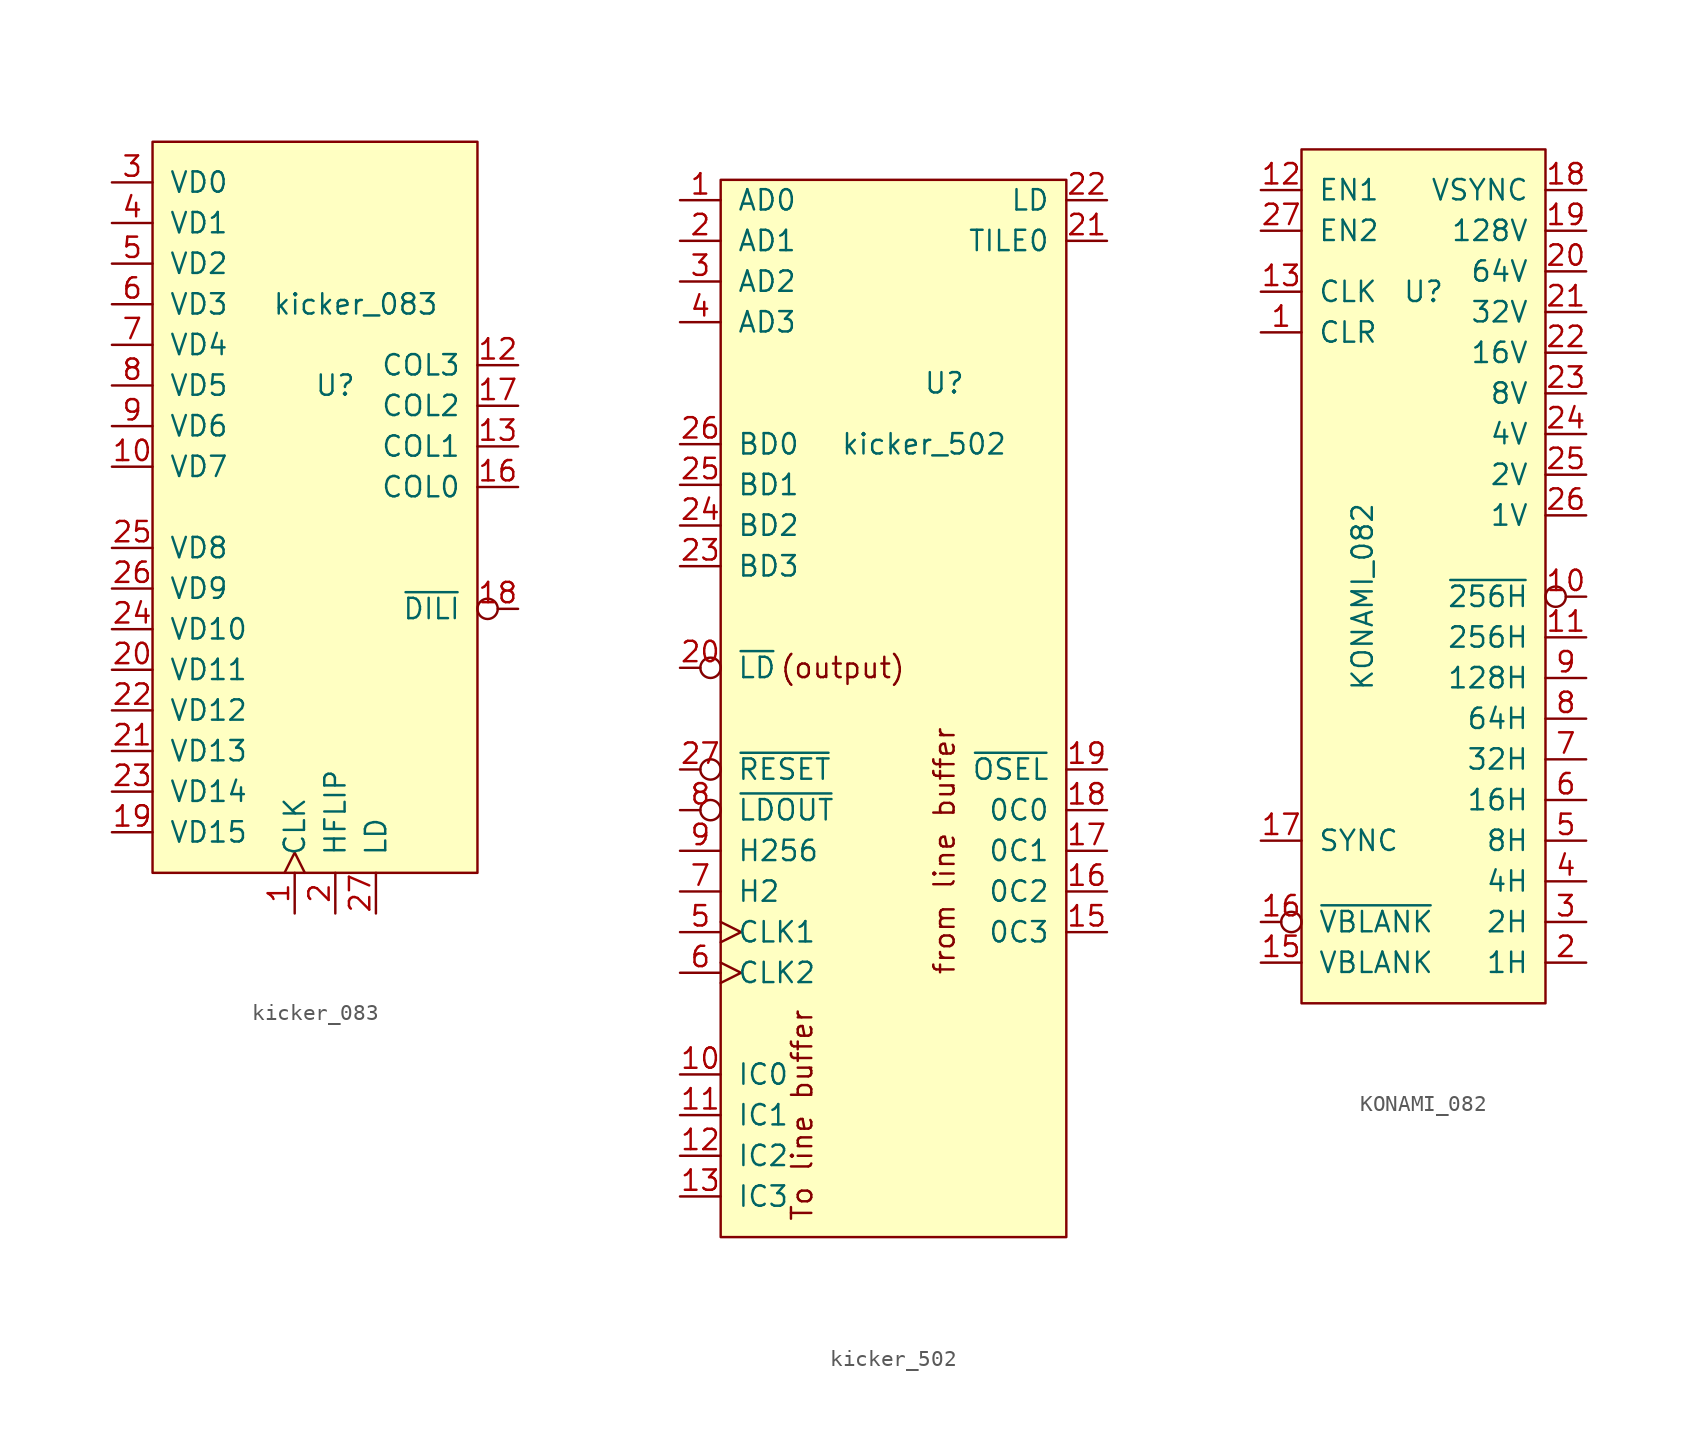
<source format=kicad_sym>
(kicad_symbol_lib
  (version 20231120)
  (generator "kicad_symbol_editor")
  (generator_version "8.0")
  (symbol "kicker_083"
    (pin_names
      (offset 1.016))
    (property "Reference" "U"
      (at 0 0 0)
      (effects (font (size 1.27 1.27))))
    (property "Value" "kicker_083"
      (at 1.27 5.08 0)
      (effects (font (size 1.27 1.27))))
    (symbol "kicker_083_0_1"
      (rectangle (start -11.43 15.24) (end 8.89 -30.48) (stroke (width 0) (type default)) (fill (type background))))
    (symbol "kicker_083_1_1"
      (pin input clock (at -2.54 -33.02 90) (length 2.54) (name "CLK" (effects (font (size 1.27 1.27)))) (number "1" (effects (font (size 1.27 1.27)))))
      (pin input line (at -13.97 -5.08 0) (length 2.54) (name "VD7" (effects (font (size 1.27 1.27)))) (number "10" (effects (font (size 1.27 1.27)))))
      (pin no_connect line (at -13.97 -7.62 0) (length 2.54) hide (name "NC" (effects (font (size 1.27 1.27)))) (number "11" (effects (font (size 1.27 1.27)))))
      (pin output line (at 11.43 1.27 180) (length 2.54) (name "COL3" (effects (font (size 1.27 1.27)))) (number "12" (effects (font (size 1.27 1.27)))))
      (pin output line (at 11.43 -3.81 180) (length 2.54) (name "COL1" (effects (font (size 1.27 1.27)))) (number "13" (effects (font (size 1.27 1.27)))))
      (pin power_in line (at 5.08 -33.02 90) (length 2.54) hide (name "VSS" (effects (font (size 1.27 1.27)))) (number "14" (effects (font (size 1.27 1.27)))))
      (pin no_connect line (at 7.62 15.24 270) (length 2.54) hide (name "NC" (effects (font (size 1.27 1.27)))) (number "15" (effects (font (size 1.27 1.27)))))
      (pin output line (at 11.43 -6.35 180) (length 2.54) (name "COL0" (effects (font (size 1.27 1.27)))) (number "16" (effects (font (size 1.27 1.27)))))
      (pin output line (at 11.43 -1.27 180) (length 2.54) (name "COL2" (effects (font (size 1.27 1.27)))) (number "17" (effects (font (size 1.27 1.27)))))
      (pin output inverted (at 11.43 -13.97 180) (length 2.54) (name "~{DILI}" (effects (font (size 1.27 1.27)))) (number "18" (effects (font (size 1.27 1.27)))))
      (pin input line (at -13.97 -27.94 0) (length 2.54) (name "VD15" (effects (font (size 1.27 1.27)))) (number "19" (effects (font (size 1.27 1.27)))))
      (pin input line (at 0 -33.02 90) (length 2.54) (name "HFLIP" (effects (font (size 1.27 1.27)))) (number "2" (effects (font (size 1.27 1.27)))))
      (pin input line (at -13.97 -17.78 0) (length 2.54) (name "VD11" (effects (font (size 1.27 1.27)))) (number "20" (effects (font (size 1.27 1.27)))))
      (pin input line (at -13.97 -22.86 0) (length 2.54) (name "VD13" (effects (font (size 1.27 1.27)))) (number "21" (effects (font (size 1.27 1.27)))))
      (pin input line (at -13.97 -20.32 0) (length 2.54) (name "VD12" (effects (font (size 1.27 1.27)))) (number "22" (effects (font (size 1.27 1.27)))))
      (pin input line (at -13.97 -25.4 0) (length 2.54) (name "VD14" (effects (font (size 1.27 1.27)))) (number "23" (effects (font (size 1.27 1.27)))))
      (pin input line (at -13.97 -15.24 0) (length 2.54) (name "VD10" (effects (font (size 1.27 1.27)))) (number "24" (effects (font (size 1.27 1.27)))))
      (pin input line (at -13.97 -10.16 0) (length 2.54) (name "VD8" (effects (font (size 1.27 1.27)))) (number "25" (effects (font (size 1.27 1.27)))))
      (pin input line (at -13.97 -12.7 0) (length 2.54) (name "VD9" (effects (font (size 1.27 1.27)))) (number "26" (effects (font (size 1.27 1.27)))))
      (pin input line (at 2.54 -33.02 90) (length 2.54) (name "LD" (effects (font (size 1.27 1.27)))) (number "27" (effects (font (size 1.27 1.27)))))
      (pin power_in line (at 7.62 -33.02 90) (length 2.54) hide (name "VCC" (effects (font (size 1.27 1.27)))) (number "28" (effects (font (size 1.27 1.27)))))
      (pin input line (at -13.97 12.7 0) (length 2.54) (name "VD0" (effects (font (size 1.27 1.27)))) (number "3" (effects (font (size 1.27 1.27)))))
      (pin input line (at -13.97 10.16 0) (length 2.54) (name "VD1" (effects (font (size 1.27 1.27)))) (number "4" (effects (font (size 1.27 1.27)))))
      (pin input line (at -13.97 7.62 0) (length 2.54) (name "VD2" (effects (font (size 1.27 1.27)))) (number "5" (effects (font (size 1.27 1.27)))))
      (pin input line (at -13.97 5.08 0) (length 2.54) (name "VD3" (effects (font (size 1.27 1.27)))) (number "6" (effects (font (size 1.27 1.27)))))
      (pin input line (at -13.97 2.54 0) (length 2.54) (name "VD4" (effects (font (size 1.27 1.27)))) (number "7" (effects (font (size 1.27 1.27)))))
      (pin input line (at -13.97 0 0) (length 2.54) (name "VD5" (effects (font (size 1.27 1.27)))) (number "8" (effects (font (size 1.27 1.27)))))
      (pin input line (at -13.97 -2.54 0) (length 2.54) (name "VD6" (effects (font (size 1.27 1.27)))) (number "9" (effects (font (size 1.27 1.27)))))))
  (symbol "kicker_502"
    (pin_names
      (offset 1.016))
    (property "Reference" "U"
      (at 5.08 19.05 0)
      (effects (font (size 1.27 1.27))))
    (property "Value" "kicker_502"
      (at 3.81 15.24 0)
      (effects (font (size 1.27 1.27))))
    (symbol "kicker_502_0_0"
      (text "(output)" (at -1.27 1.27 0) (effects (font (size 1.27 1.27))))
      (text "from line buffer" (at 5.08 -10.16 900) (effects (font (size 1.27 1.27))))
      (text "To line buffer" (at -3.81 -26.67 900) (effects (font (size 1.27 1.27)))))
    (symbol "kicker_502_0_1"
      (rectangle (start -8.89 31.75) (end 12.7 -34.29) (stroke (width 0) (type default)) (fill (type background))))
    (symbol "kicker_502_1_1"
      (pin input line (at -11.43 30.48 0) (length 2.54) (name "AD0" (effects (font (size 1.27 1.27)))) (number "1" (effects (font (size 1.27 1.27)))))
      (pin input line (at -11.43 -24.13 0) (length 2.54) (name "IC0" (effects (font (size 1.27 1.27)))) (number "10" (effects (font (size 1.27 1.27)))))
      (pin input line (at -11.43 -26.67 0) (length 2.54) (name "IC1" (effects (font (size 1.27 1.27)))) (number "11" (effects (font (size 1.27 1.27)))))
      (pin input line (at -11.43 -29.21 0) (length 2.54) (name "IC2" (effects (font (size 1.27 1.27)))) (number "12" (effects (font (size 1.27 1.27)))))
      (pin input line (at -11.43 -31.75 0) (length 2.54) (name "IC3" (effects (font (size 1.27 1.27)))) (number "13" (effects (font (size 1.27 1.27)))))
      (pin output line (at 15.24 -15.24 180) (length 2.54) (name "0C3" (effects (font (size 1.27 1.27)))) (number "15" (effects (font (size 1.27 1.27)))))
      (pin output line (at 15.24 -12.7 180) (length 2.54) (name "0C2" (effects (font (size 1.27 1.27)))) (number "16" (effects (font (size 1.27 1.27)))))
      (pin output line (at 15.24 -10.16 180) (length 2.54) (name "0C1" (effects (font (size 1.27 1.27)))) (number "17" (effects (font (size 1.27 1.27)))))
      (pin output line (at 15.24 -7.62 180) (length 2.54) (name "0C0" (effects (font (size 1.27 1.27)))) (number "18" (effects (font (size 1.27 1.27)))))
      (pin output line (at 15.24 -5.08 180) (length 2.54) (name "~{OSEL}" (effects (font (size 1.27 1.27)))) (number "19" (effects (font (size 1.27 1.27)))))
      (pin input line (at -11.43 27.94 0) (length 2.54) (name "AD1" (effects (font (size 1.27 1.27)))) (number "2" (effects (font (size 1.27 1.27)))))
      (pin output inverted (at -11.43 1.27 0) (length 2.54) (name "~{LD}" (effects (font (size 1.27 1.27)))) (number "20" (effects (font (size 1.27 1.27)))))
      (pin output line (at 15.24 27.94 180) (length 2.54) (name "TILE0" (effects (font (size 1.27 1.27)))) (number "21" (effects (font (size 1.27 1.27)))))
      (pin output line (at 15.24 30.48 180) (length 2.54) (name "LD" (effects (font (size 1.27 1.27)))) (number "22" (effects (font (size 1.27 1.27)))))
      (pin input line (at -11.43 7.62 0) (length 2.54) (name "BD3" (effects (font (size 1.27 1.27)))) (number "23" (effects (font (size 1.27 1.27)))))
      (pin input line (at -11.43 10.16 0) (length 2.54) (name "BD2" (effects (font (size 1.27 1.27)))) (number "24" (effects (font (size 1.27 1.27)))))
      (pin input line (at -11.43 12.7 0) (length 2.54) (name "BD1" (effects (font (size 1.27 1.27)))) (number "25" (effects (font (size 1.27 1.27)))))
      (pin input line (at -11.43 15.24 0) (length 2.54) (name "BD0" (effects (font (size 1.27 1.27)))) (number "26" (effects (font (size 1.27 1.27)))))
      (pin input inverted (at -11.43 -5.08 0) (length 2.54) (name "~{RESET}" (effects (font (size 1.27 1.27)))) (number "27" (effects (font (size 1.27 1.27)))))
      (pin input line (at -11.43 25.4 0) (length 2.54) (name "AD2" (effects (font (size 1.27 1.27)))) (number "3" (effects (font (size 1.27 1.27)))))
      (pin input line (at -11.43 22.86 0) (length 2.54) (name "AD3" (effects (font (size 1.27 1.27)))) (number "4" (effects (font (size 1.27 1.27)))))
      (pin input clock (at -11.43 -15.24 0) (length 2.54) (name "CLK1" (effects (font (size 1.27 1.27)))) (number "5" (effects (font (size 1.27 1.27)))))
      (pin input clock (at -11.43 -17.78 0) (length 2.54) (name "CLK2" (effects (font (size 1.27 1.27)))) (number "6" (effects (font (size 1.27 1.27)))))
      (pin input line (at -11.43 -12.7 0) (length 2.54) (name "H2" (effects (font (size 1.27 1.27)))) (number "7" (effects (font (size 1.27 1.27)))))
      (pin input inverted (at -11.43 -7.62 0) (length 2.54) (name "~{LDOUT}" (effects (font (size 1.27 1.27)))) (number "8" (effects (font (size 1.27 1.27)))))
      (pin input line (at -11.43 -10.16 0) (length 2.54) (name "H256" (effects (font (size 1.27 1.27)))) (number "9" (effects (font (size 1.27 1.27)))))))
  (symbol "KONAMI_082"
    (pin_names
      (offset 1.016))
    (property "Reference" "U"
      (at 0 0 0)
      (effects (font (size 1.27 1.27))))
    (property "Value" "KONAMI_082"
      (at -3.81 -19.05 90)
      (effects (font (size 1.27 1.27))))
    (symbol "KONAMI_082_0_1"
      (rectangle (start -7.62 8.89) (end 7.62 -44.45) (stroke (width 0) (type default)) (fill (type background))))
    (symbol "KONAMI_082_1_1"
      (pin input line (at -10.16 -2.54 0) (length 2.54) (name "CLR" (effects (font (size 1.27 1.27)))) (number "1" (effects (font (size 1.27 1.27)))))
      (pin output inverted (at 10.16 -19.05 180) (length 2.54) (name "~{256H}" (effects (font (size 1.27 1.27)))) (number "10" (effects (font (size 1.27 1.27)))))
      (pin output line (at 10.16 -21.59 180) (length 2.54) (name "256H" (effects (font (size 1.27 1.27)))) (number "11" (effects (font (size 1.27 1.27)))))
      (pin input line (at -10.16 6.35 0) (length 2.54) (name "EN1" (effects (font (size 1.27 1.27)))) (number "12" (effects (font (size 1.27 1.27)))))
      (pin input line (at -10.16 0 0) (length 2.54) (name "CLK" (effects (font (size 1.27 1.27)))) (number "13" (effects (font (size 1.27 1.27)))))
      (pin output line (at -10.16 -41.91 0) (length 2.54) (name "VBLANK" (effects (font (size 1.27 1.27)))) (number "15" (effects (font (size 1.27 1.27)))))
      (pin output inverted (at -10.16 -39.37 0) (length 2.54) (name "~{VBLANK}" (effects (font (size 1.27 1.27)))) (number "16" (effects (font (size 1.27 1.27)))))
      (pin output line (at -10.16 -34.29 0) (length 2.54) (name "SYNC" (effects (font (size 1.27 1.27)))) (number "17" (effects (font (size 1.27 1.27)))))
      (pin output line (at 10.16 6.35 180) (length 2.54) (name "VSYNC" (effects (font (size 1.27 1.27)))) (number "18" (effects (font (size 1.27 1.27)))))
      (pin output line (at 10.16 3.81 180) (length 2.54) (name "128V" (effects (font (size 1.27 1.27)))) (number "19" (effects (font (size 1.27 1.27)))))
      (pin output line (at 10.16 -41.91 180) (length 2.54) (name "1H" (effects (font (size 1.27 1.27)))) (number "2" (effects (font (size 1.27 1.27)))))
      (pin output line (at 10.16 1.27 180) (length 2.54) (name "64V" (effects (font (size 1.27 1.27)))) (number "20" (effects (font (size 1.27 1.27)))))
      (pin output line (at 10.16 -1.27 180) (length 2.54) (name "32V" (effects (font (size 1.27 1.27)))) (number "21" (effects (font (size 1.27 1.27)))))
      (pin output line (at 10.16 -3.81 180) (length 2.54) (name "16V" (effects (font (size 1.27 1.27)))) (number "22" (effects (font (size 1.27 1.27)))))
      (pin output line (at 10.16 -6.35 180) (length 2.54) (name "8V" (effects (font (size 1.27 1.27)))) (number "23" (effects (font (size 1.27 1.27)))))
      (pin output line (at 10.16 -8.89 180) (length 2.54) (name "4V" (effects (font (size 1.27 1.27)))) (number "24" (effects (font (size 1.27 1.27)))))
      (pin output line (at 10.16 -11.43 180) (length 2.54) (name "2V" (effects (font (size 1.27 1.27)))) (number "25" (effects (font (size 1.27 1.27)))))
      (pin output line (at 10.16 -13.97 180) (length 2.54) (name "1V" (effects (font (size 1.27 1.27)))) (number "26" (effects (font (size 1.27 1.27)))))
      (pin input line (at -10.16 3.81 0) (length 2.54) (name "EN2" (effects (font (size 1.27 1.27)))) (number "27" (effects (font (size 1.27 1.27)))))
      (pin output line (at 10.16 -39.37 180) (length 2.54) (name "2H" (effects (font (size 1.27 1.27)))) (number "3" (effects (font (size 1.27 1.27)))))
      (pin output line (at 10.16 -36.83 180) (length 2.54) (name "4H" (effects (font (size 1.27 1.27)))) (number "4" (effects (font (size 1.27 1.27)))))
      (pin output line (at 10.16 -34.29 180) (length 2.54) (name "8H" (effects (font (size 1.27 1.27)))) (number "5" (effects (font (size 1.27 1.27)))))
      (pin output line (at 10.16 -31.75 180) (length 2.54) (name "16H" (effects (font (size 1.27 1.27)))) (number "6" (effects (font (size 1.27 1.27)))))
      (pin output line (at 10.16 -29.21 180) (length 2.54) (name "32H" (effects (font (size 1.27 1.27)))) (number "7" (effects (font (size 1.27 1.27)))))
      (pin output line (at 10.16 -26.67 180) (length 2.54) (name "64H" (effects (font (size 1.27 1.27)))) (number "8" (effects (font (size 1.27 1.27)))))
      (pin output line (at 10.16 -24.13 180) (length 2.54) (name "128H" (effects (font (size 1.27 1.27)))) (number "9" (effects (font (size 1.27 1.27))))))))
</source>
